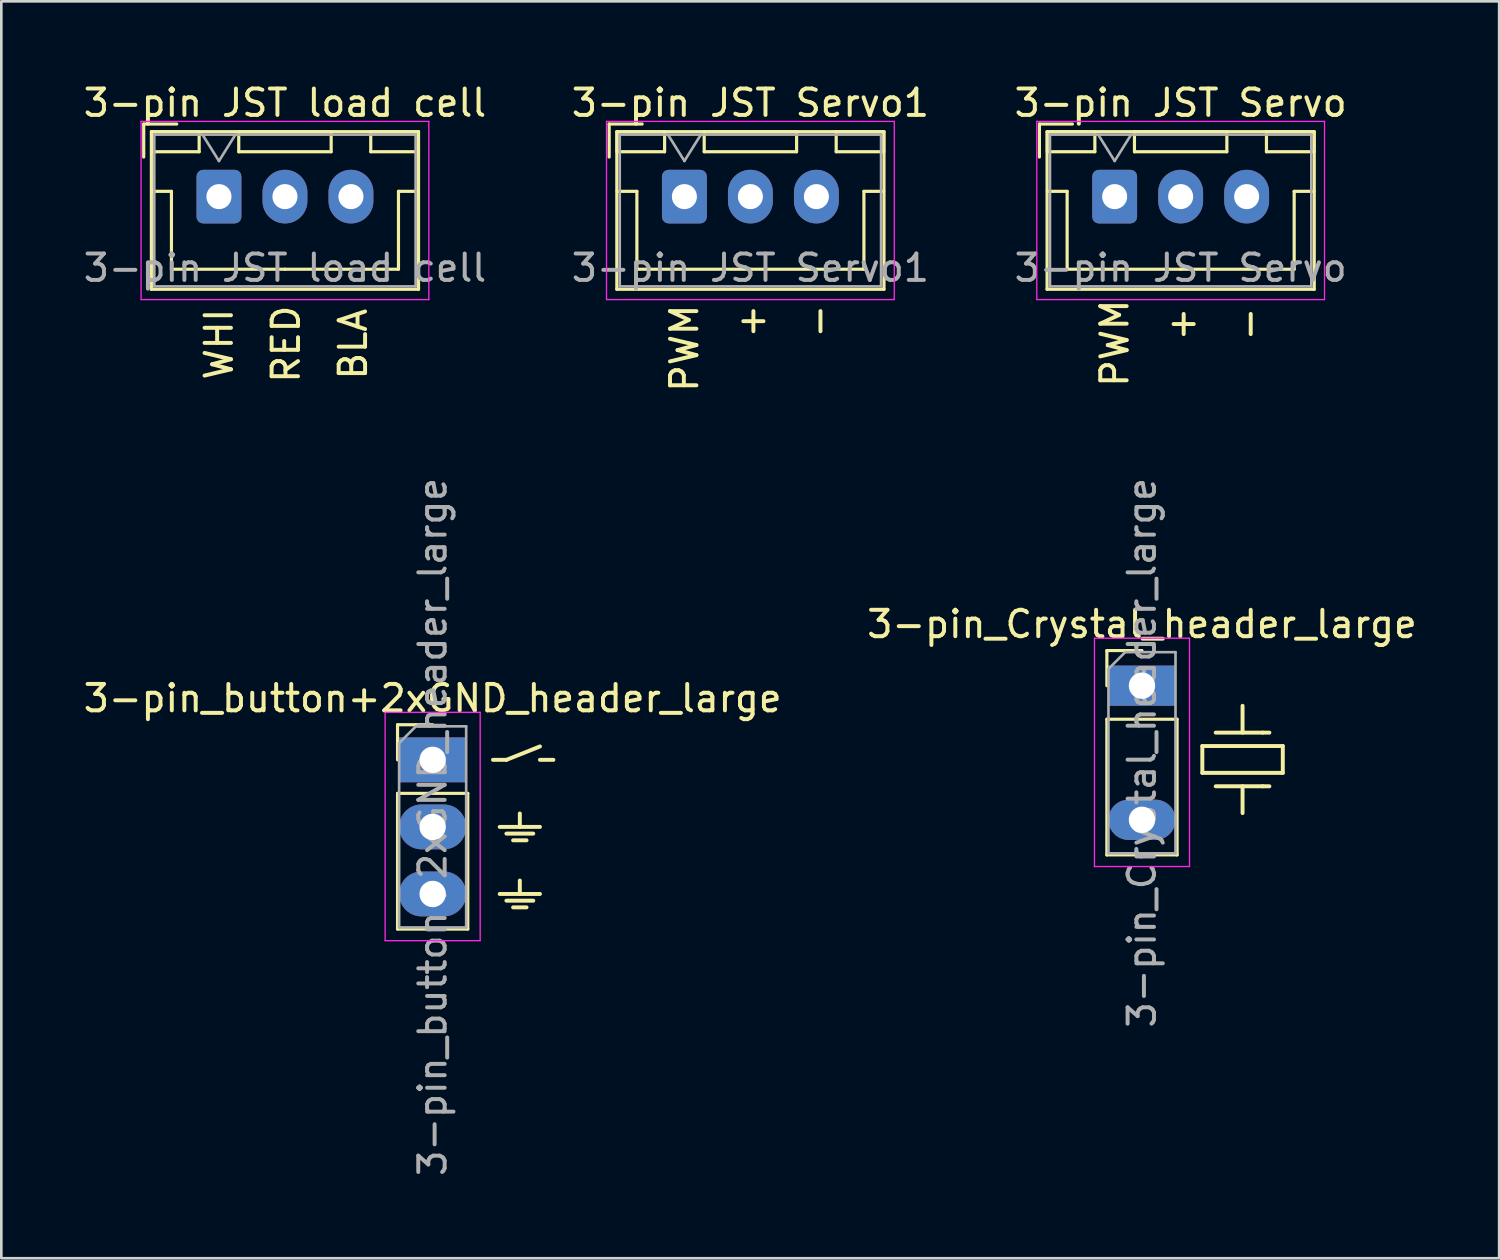
<source format=kicad_pcb>
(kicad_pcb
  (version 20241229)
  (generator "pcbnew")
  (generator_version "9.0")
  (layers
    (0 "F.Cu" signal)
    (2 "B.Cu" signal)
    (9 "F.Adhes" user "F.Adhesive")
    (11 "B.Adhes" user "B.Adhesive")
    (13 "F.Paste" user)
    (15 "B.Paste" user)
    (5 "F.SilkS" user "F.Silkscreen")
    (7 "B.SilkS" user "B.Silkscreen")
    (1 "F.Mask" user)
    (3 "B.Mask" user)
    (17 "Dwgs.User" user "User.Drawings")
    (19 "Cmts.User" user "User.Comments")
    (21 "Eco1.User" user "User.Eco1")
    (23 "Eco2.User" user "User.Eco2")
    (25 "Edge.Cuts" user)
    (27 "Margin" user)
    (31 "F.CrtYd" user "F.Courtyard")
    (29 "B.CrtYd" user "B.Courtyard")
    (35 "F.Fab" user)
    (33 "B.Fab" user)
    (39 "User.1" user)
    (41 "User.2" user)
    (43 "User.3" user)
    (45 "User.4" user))
  (footprint "3-pin_button+2xGND_header_large"
    (layer "F.Cu")
    (at 13.339 25.733)
    (property "Reference" "3-pin_button+2xGND_header_large" (at 0 -2.33 0) (layer "F.SilkS") (effects (font (size 1 1) (thickness 0.15))))
    (attr through_hole)
    (fp_line (start -1.33 -1.33) (end 0 -1.33) (stroke (width 0.12) (type solid)) (layer "F.SilkS"))
    (fp_line (start -1.33 0) (end -1.33 -1.33) (stroke (width 0.12) (type solid)) (layer "F.SilkS"))
    (fp_line (start -1.33 1.27) (end -1.33 6.41) (stroke (width 0.12) (type solid)) (layer "F.SilkS"))
    (fp_line (start -1.33 1.27) (end 1.33 1.27) (stroke (width 0.12) (type solid)) (layer "F.SilkS"))
    (fp_line (start -1.33 6.41) (end 1.33 6.41) (stroke (width 0.12) (type solid)) (layer "F.SilkS"))
    (fp_line (start 1.33 1.27) (end 1.33 6.41) (stroke (width 0.12) (type solid)) (layer "F.SilkS"))
    (fp_line (start 2.286 0) (end 2.794 0) (stroke (width 0.15) (type solid)) (layer "F.SilkS"))
    (fp_line (start 2.54 2.54) (end 4.064 2.54) (stroke (width 0.15) (type solid)) (layer "F.SilkS"))
    (fp_line (start 2.54 5.08) (end 4.064 5.08) (stroke (width 0.15) (type solid)) (layer "F.SilkS"))
    (fp_line (start 2.794 0) (end 4.064 -0.508) (stroke (width 0.15) (type solid)) (layer "F.SilkS"))
    (fp_line (start 2.794 2.794) (end 3.81 2.794) (stroke (width 0.15) (type solid)) (layer "F.SilkS"))
    (fp_line (start 2.794 5.334) (end 3.81 5.334) (stroke (width 0.15) (type solid)) (layer "F.SilkS"))
    (fp_line (start 3.048 3.048) (end 3.556 3.048) (stroke (width 0.15) (type solid)) (layer "F.SilkS"))
    (fp_line (start 3.048 5.588) (end 3.556 5.588) (stroke (width 0.15) (type solid)) (layer "F.SilkS"))
    (fp_line (start 3.302 2.54) (end 3.302 2.032) (stroke (width 0.15) (type solid)) (layer "F.SilkS"))
    (fp_line (start 3.302 5.08) (end 3.302 4.572) (stroke (width 0.15) (type solid)) (layer "F.SilkS"))
    (fp_line (start 4.064 0) (end 4.572 0) (stroke (width 0.15) (type solid)) (layer "F.SilkS"))
    (fp_line (start -1.8 -1.8) (end -1.8 6.85) (stroke (width 0.05) (type solid)) (layer "F.CrtYd"))
    (fp_line (start -1.8 6.85) (end 1.8 6.85) (stroke (width 0.05) (type solid)) (layer "F.CrtYd"))
    (fp_line (start 1.8 -1.8) (end -1.8 -1.8) (stroke (width 0.05) (type solid)) (layer "F.CrtYd"))
    (fp_line (start 1.8 6.85) (end 1.8 -1.8) (stroke (width 0.05) (type solid)) (layer "F.CrtYd"))
    (fp_line (start -1.27 -0.635) (end -0.635 -1.27) (stroke (width 0.1) (type solid)) (layer "F.Fab"))
    (fp_line (start -1.27 6.35) (end -1.27 -0.635) (stroke (width 0.1) (type solid)) (layer "F.Fab"))
    (fp_line (start -0.635 -1.27) (end 1.27 -1.27) (stroke (width 0.1) (type solid)) (layer "F.Fab"))
    (fp_line (start 1.27 -1.27) (end 1.27 6.35) (stroke (width 0.1) (type solid)) (layer "F.Fab"))
    (fp_line (start 1.27 6.35) (end -1.27 6.35) (stroke (width 0.1) (type solid)) (layer "F.Fab"))
    (fp_text user "${REFERENCE}" (at 0 2.54 90) (layer "F.Fab") (effects (font (size 1 1) (thickness 0.15))))
    (pad "1" thru_hole rect (at 0 0) (size 2.54 1.7) (drill 1) (layers "*.Cu" "*.Mask"))
    (pad "2" thru_hole oval (at 0 2.54) (size 2.54 1.7) (drill 1) (layers "*.Cu" "*.Mask"))
    (pad "3" thru_hole oval (at 0 5.08) (size 2.54 1.7) (drill 1) (layers "*.Cu" "*.Mask")))
  (footprint "3-pin JST load cell"
    (layer "F.Cu")
    (at 5.244 4.398)
    (property "Reference" "3-pin JST load cell" (at 2.5 -3.55 0) (layer "F.SilkS") (effects (font (size 1 1) (thickness 0.15))))
    (attr through_hole)
    (fp_line (start -2.85 -2.75) (end -2.85 -1.5) (stroke (width 0.12) (type solid)) (layer "F.SilkS"))
    (fp_line (start -2.56 -2.46) (end -2.56 3.51) (stroke (width 0.12) (type solid)) (layer "F.SilkS"))
    (fp_line (start -2.56 3.51) (end 7.56 3.51) (stroke (width 0.12) (type solid)) (layer "F.SilkS"))
    (fp_line (start -2.55 -2.45) (end -2.55 -1.7) (stroke (width 0.12) (type solid)) (layer "F.SilkS"))
    (fp_line (start -2.55 -1.7) (end -0.75 -1.7) (stroke (width 0.12) (type solid)) (layer "F.SilkS"))
    (fp_line (start -2.55 -0.2) (end -1.8 -0.2) (stroke (width 0.12) (type solid)) (layer "F.SilkS"))
    (fp_line (start -1.8 -0.2) (end -1.8 2.75) (stroke (width 0.12) (type solid)) (layer "F.SilkS"))
    (fp_line (start -1.8 2.75) (end 2.5 2.75) (stroke (width 0.12) (type solid)) (layer "F.SilkS"))
    (fp_line (start -1.6 -2.75) (end -2.85 -2.75) (stroke (width 0.12) (type solid)) (layer "F.SilkS"))
    (fp_line (start -0.75 -2.45) (end -2.55 -2.45) (stroke (width 0.12) (type solid)) (layer "F.SilkS"))
    (fp_line (start -0.75 -1.7) (end -0.75 -2.45) (stroke (width 0.12) (type solid)) (layer "F.SilkS"))
    (fp_line (start 0.75 -2.45) (end 0.75 -1.7) (stroke (width 0.12) (type solid)) (layer "F.SilkS"))
    (fp_line (start 0.75 -1.7) (end 4.25 -1.7) (stroke (width 0.12) (type solid)) (layer "F.SilkS"))
    (fp_line (start 4.25 -2.45) (end 0.75 -2.45) (stroke (width 0.12) (type solid)) (layer "F.SilkS"))
    (fp_line (start 4.25 -1.7) (end 4.25 -2.45) (stroke (width 0.12) (type solid)) (layer "F.SilkS"))
    (fp_line (start 5.75 -2.45) (end 5.75 -1.7) (stroke (width 0.12) (type solid)) (layer "F.SilkS"))
    (fp_line (start 5.75 -1.7) (end 7.55 -1.7) (stroke (width 0.12) (type solid)) (layer "F.SilkS"))
    (fp_line (start 6.8 -0.2) (end 6.8 2.75) (stroke (width 0.12) (type solid)) (layer "F.SilkS"))
    (fp_line (start 6.8 2.75) (end 2.5 2.75) (stroke (width 0.12) (type solid)) (layer "F.SilkS"))
    (fp_line (start 7.55 -2.45) (end 5.75 -2.45) (stroke (width 0.12) (type solid)) (layer "F.SilkS"))
    (fp_line (start 7.55 -1.7) (end 7.55 -2.45) (stroke (width 0.12) (type solid)) (layer "F.SilkS"))
    (fp_line (start 7.55 -0.2) (end 6.8 -0.2) (stroke (width 0.12) (type solid)) (layer "F.SilkS"))
    (fp_line (start 7.56 -2.46) (end -2.56 -2.46) (stroke (width 0.12) (type solid)) (layer "F.SilkS"))
    (fp_line (start 7.56 3.51) (end 7.56 -2.46) (stroke (width 0.12) (type solid)) (layer "F.SilkS"))
    (fp_line (start -2.95 -2.85) (end -2.95 3.9) (stroke (width 0.05) (type solid)) (layer "F.CrtYd"))
    (fp_line (start -2.95 3.9) (end 7.95 3.9) (stroke (width 0.05) (type solid)) (layer "F.CrtYd"))
    (fp_line (start 7.95 -2.85) (end -2.95 -2.85) (stroke (width 0.05) (type solid)) (layer "F.CrtYd"))
    (fp_line (start 7.95 3.9) (end 7.95 -2.85) (stroke (width 0.05) (type solid)) (layer "F.CrtYd"))
    (fp_line (start -2.45 -2.35) (end -2.45 3.4) (stroke (width 0.1) (type solid)) (layer "F.Fab"))
    (fp_line (start -2.45 3.4) (end 7.45 3.4) (stroke (width 0.1) (type solid)) (layer "F.Fab"))
    (fp_line (start -0.625 -2.35) (end 0 -1.35) (stroke (width 0.1) (type solid)) (layer "F.Fab"))
    (fp_line (start 0 -1.35) (end 0.625 -2.35) (stroke (width 0.1) (type solid)) (layer "F.Fab"))
    (fp_line (start 7.45 -2.35) (end -2.45 -2.35) (stroke (width 0.1) (type solid)) (layer "F.Fab"))
    (fp_line (start 7.45 3.4) (end 7.45 -2.35) (stroke (width 0.1) (type solid)) (layer "F.Fab"))
    (fp_text user "RED" (at 2.54 5.588 90) (unlocked yes) (layer "F.SilkS") (effects (font (size 1 1) (thickness 0.15))))
    (fp_text user "BLA" (at 5.08 5.588 90) (unlocked yes) (layer "F.SilkS") (effects (font (size 1 1) (thickness 0.15))))
    (fp_text user "WHI" (at 0 5.588 90) (unlocked yes) (layer "F.SilkS") (effects (font (size 1 1) (thickness 0.15))))
    (fp_text user "${REFERENCE}" (at 2.5 2.7 0) (layer "F.Fab") (effects (font (size 1 1) (thickness 0.15))))
    (pad "1" thru_hole roundrect (at 0 0) (size 1.7 2.032) (drill 0.95) (layers "*.Cu" "*.Mask") (roundrect_rratio 0.147))
    (pad "2" thru_hole oval (at 2.5 0) (size 1.7 2.032) (drill 0.95) (layers "*.Cu" "*.Mask"))
    (pad "3" thru_hole oval (at 5 0) (size 1.7 2.032) (drill 0.95) (layers "*.Cu" "*.Mask")))
  (footprint "3-pin JST Servo1"
    (layer "F.Cu")
    (at 22.875 4.398)
    (property "Reference" "3-pin JST Servo1" (at 2.5 -3.55 0) (layer "F.SilkS") (effects (font (size 1 1) (thickness 0.15))))
    (attr through_hole)
    (fp_line (start -2.85 -2.75) (end -2.85 -1.5) (stroke (width 0.12) (type solid)) (layer "F.SilkS"))
    (fp_line (start -2.56 -2.46) (end -2.56 3.51) (stroke (width 0.12) (type solid)) (layer "F.SilkS"))
    (fp_line (start -2.56 3.51) (end 7.56 3.51) (stroke (width 0.12) (type solid)) (layer "F.SilkS"))
    (fp_line (start -2.55 -2.45) (end -2.55 -1.7) (stroke (width 0.12) (type solid)) (layer "F.SilkS"))
    (fp_line (start -2.55 -1.7) (end -0.75 -1.7) (stroke (width 0.12) (type solid)) (layer "F.SilkS"))
    (fp_line (start -2.55 -0.2) (end -1.8 -0.2) (stroke (width 0.12) (type solid)) (layer "F.SilkS"))
    (fp_line (start -1.8 -0.2) (end -1.8 2.75) (stroke (width 0.12) (type solid)) (layer "F.SilkS"))
    (fp_line (start -1.8 2.75) (end 2.5 2.75) (stroke (width 0.12) (type solid)) (layer "F.SilkS"))
    (fp_line (start -1.6 -2.75) (end -2.85 -2.75) (stroke (width 0.12) (type solid)) (layer "F.SilkS"))
    (fp_line (start -0.75 -2.45) (end -2.55 -2.45) (stroke (width 0.12) (type solid)) (layer "F.SilkS"))
    (fp_line (start -0.75 -1.7) (end -0.75 -2.45) (stroke (width 0.12) (type solid)) (layer "F.SilkS"))
    (fp_line (start 0.75 -2.45) (end 0.75 -1.7) (stroke (width 0.12) (type solid)) (layer "F.SilkS"))
    (fp_line (start 0.75 -1.7) (end 4.25 -1.7) (stroke (width 0.12) (type solid)) (layer "F.SilkS"))
    (fp_line (start 4.25 -2.45) (end 0.75 -2.45) (stroke (width 0.12) (type solid)) (layer "F.SilkS"))
    (fp_line (start 4.25 -1.7) (end 4.25 -2.45) (stroke (width 0.12) (type solid)) (layer "F.SilkS"))
    (fp_line (start 5.75 -2.45) (end 5.75 -1.7) (stroke (width 0.12) (type solid)) (layer "F.SilkS"))
    (fp_line (start 5.75 -1.7) (end 7.55 -1.7) (stroke (width 0.12) (type solid)) (layer "F.SilkS"))
    (fp_line (start 6.8 -0.2) (end 6.8 2.75) (stroke (width 0.12) (type solid)) (layer "F.SilkS"))
    (fp_line (start 6.8 2.75) (end 2.5 2.75) (stroke (width 0.12) (type solid)) (layer "F.SilkS"))
    (fp_line (start 7.55 -2.45) (end 5.75 -2.45) (stroke (width 0.12) (type solid)) (layer "F.SilkS"))
    (fp_line (start 7.55 -1.7) (end 7.55 -2.45) (stroke (width 0.12) (type solid)) (layer "F.SilkS"))
    (fp_line (start 7.55 -0.2) (end 6.8 -0.2) (stroke (width 0.12) (type solid)) (layer "F.SilkS"))
    (fp_line (start 7.56 -2.46) (end -2.56 -2.46) (stroke (width 0.12) (type solid)) (layer "F.SilkS"))
    (fp_line (start 7.56 3.51) (end 7.56 -2.46) (stroke (width 0.12) (type solid)) (layer "F.SilkS"))
    (fp_line (start -2.95 -2.85) (end -2.95 3.9) (stroke (width 0.05) (type solid)) (layer "F.CrtYd"))
    (fp_line (start -2.95 3.9) (end 7.95 3.9) (stroke (width 0.05) (type solid)) (layer "F.CrtYd"))
    (fp_line (start 7.95 -2.85) (end -2.95 -2.85) (stroke (width 0.05) (type solid)) (layer "F.CrtYd"))
    (fp_line (start 7.95 3.9) (end 7.95 -2.85) (stroke (width 0.05) (type solid)) (layer "F.CrtYd"))
    (fp_line (start -2.45 -2.35) (end -2.45 3.4) (stroke (width 0.1) (type solid)) (layer "F.Fab"))
    (fp_line (start -2.45 3.4) (end 7.45 3.4) (stroke (width 0.1) (type solid)) (layer "F.Fab"))
    (fp_line (start -0.625 -2.35) (end 0 -1.35) (stroke (width 0.1) (type solid)) (layer "F.Fab"))
    (fp_line (start 0 -1.35) (end 0.625 -2.35) (stroke (width 0.1) (type solid)) (layer "F.Fab"))
    (fp_line (start 7.45 -2.35) (end -2.45 -2.35) (stroke (width 0.1) (type solid)) (layer "F.Fab"))
    (fp_line (start 7.45 3.4) (end 7.45 -2.35) (stroke (width 0.1) (type solid)) (layer "F.Fab"))
    (fp_text user "-" (at 5.08 4 90) (unlocked yes) (layer "F.SilkS") (effects (font (size 1 1) (thickness 0.15)) (justify right)))
    (fp_text user "PWM" (at 0 4 90) (unlocked yes) (layer "F.SilkS") (effects (font (size 1 1) (thickness 0.15)) (justify right)))
    (fp_text user "+" (at 2.54 4 90) (unlocked yes) (layer "F.SilkS") (effects (font (size 1 1) (thickness 0.15)) (justify right)))
    (fp_text user "${REFERENCE}" (at 2.5 2.7 0) (layer "F.Fab") (effects (font (size 1 1) (thickness 0.15))))
    (pad "1" thru_hole roundrect (at 0 0) (size 1.7 2.032) (drill 0.95) (layers "*.Cu" "*.Mask") (roundrect_rratio 0.147))
    (pad "2" thru_hole oval (at 2.5 0) (size 1.7 2.032) (drill 0.95) (layers "*.Cu" "*.Mask"))
    (pad "3" thru_hole oval (at 5 0) (size 1.7 2.032) (drill 0.95) (layers "*.Cu" "*.Mask")))
  (footprint "3-pin JST Servo"
    (layer "F.Cu")
    (at 39.173 4.398)
    (property "Reference" "3-pin JST Servo" (at 2.5 -3.55 0) (layer "F.SilkS") (effects (font (size 1 1) (thickness 0.15))))
    (attr through_hole)
    (fp_line (start -2.85 -2.75) (end -2.85 -1.5) (stroke (width 0.12) (type solid)) (layer "F.SilkS"))
    (fp_line (start -2.56 -2.46) (end -2.56 3.51) (stroke (width 0.12) (type solid)) (layer "F.SilkS"))
    (fp_line (start -2.56 3.51) (end 7.56 3.51) (stroke (width 0.12) (type solid)) (layer "F.SilkS"))
    (fp_line (start -2.55 -2.45) (end -2.55 -1.7) (stroke (width 0.12) (type solid)) (layer "F.SilkS"))
    (fp_line (start -2.55 -1.7) (end -0.75 -1.7) (stroke (width 0.12) (type solid)) (layer "F.SilkS"))
    (fp_line (start -2.55 -0.2) (end -1.8 -0.2) (stroke (width 0.12) (type solid)) (layer "F.SilkS"))
    (fp_line (start -1.8 -0.2) (end -1.8 2.75) (stroke (width 0.12) (type solid)) (layer "F.SilkS"))
    (fp_line (start -1.8 2.75) (end 2.5 2.75) (stroke (width 0.12) (type solid)) (layer "F.SilkS"))
    (fp_line (start -1.6 -2.75) (end -2.85 -2.75) (stroke (width 0.12) (type solid)) (layer "F.SilkS"))
    (fp_line (start -0.75 -2.45) (end -2.55 -2.45) (stroke (width 0.12) (type solid)) (layer "F.SilkS"))
    (fp_line (start -0.75 -1.7) (end -0.75 -2.45) (stroke (width 0.12) (type solid)) (layer "F.SilkS"))
    (fp_line (start 0.75 -2.45) (end 0.75 -1.7) (stroke (width 0.12) (type solid)) (layer "F.SilkS"))
    (fp_line (start 0.75 -1.7) (end 4.25 -1.7) (stroke (width 0.12) (type solid)) (layer "F.SilkS"))
    (fp_line (start 4.25 -2.45) (end 0.75 -2.45) (stroke (width 0.12) (type solid)) (layer "F.SilkS"))
    (fp_line (start 4.25 -1.7) (end 4.25 -2.45) (stroke (width 0.12) (type solid)) (layer "F.SilkS"))
    (fp_line (start 5.75 -2.45) (end 5.75 -1.7) (stroke (width 0.12) (type solid)) (layer "F.SilkS"))
    (fp_line (start 5.75 -1.7) (end 7.55 -1.7) (stroke (width 0.12) (type solid)) (layer "F.SilkS"))
    (fp_line (start 6.8 -0.2) (end 6.8 2.75) (stroke (width 0.12) (type solid)) (layer "F.SilkS"))
    (fp_line (start 6.8 2.75) (end 2.5 2.75) (stroke (width 0.12) (type solid)) (layer "F.SilkS"))
    (fp_line (start 7.55 -2.45) (end 5.75 -2.45) (stroke (width 0.12) (type solid)) (layer "F.SilkS"))
    (fp_line (start 7.55 -1.7) (end 7.55 -2.45) (stroke (width 0.12) (type solid)) (layer "F.SilkS"))
    (fp_line (start 7.55 -0.2) (end 6.8 -0.2) (stroke (width 0.12) (type solid)) (layer "F.SilkS"))
    (fp_line (start 7.56 -2.46) (end -2.56 -2.46) (stroke (width 0.12) (type solid)) (layer "F.SilkS"))
    (fp_line (start 7.56 3.51) (end 7.56 -2.46) (stroke (width 0.12) (type solid)) (layer "F.SilkS"))
    (fp_line (start -2.95 -2.85) (end -2.95 3.9) (stroke (width 0.05) (type solid)) (layer "F.CrtYd"))
    (fp_line (start -2.95 3.9) (end 7.95 3.9) (stroke (width 0.05) (type solid)) (layer "F.CrtYd"))
    (fp_line (start 7.95 -2.85) (end -2.95 -2.85) (stroke (width 0.05) (type solid)) (layer "F.CrtYd"))
    (fp_line (start 7.95 3.9) (end 7.95 -2.85) (stroke (width 0.05) (type solid)) (layer "F.CrtYd"))
    (fp_line (start -2.45 -2.35) (end -2.45 3.4) (stroke (width 0.1) (type solid)) (layer "F.Fab"))
    (fp_line (start -2.45 3.4) (end 7.45 3.4) (stroke (width 0.1) (type solid)) (layer "F.Fab"))
    (fp_line (start -0.625 -2.35) (end 0 -1.35) (stroke (width 0.1) (type solid)) (layer "F.Fab"))
    (fp_line (start 0 -1.35) (end 0.625 -2.35) (stroke (width 0.1) (type solid)) (layer "F.Fab"))
    (fp_line (start 7.45 -2.35) (end -2.45 -2.35) (stroke (width 0.1) (type solid)) (layer "F.Fab"))
    (fp_line (start 7.45 3.4) (end 7.45 -2.35) (stroke (width 0.1) (type solid)) (layer "F.Fab"))
    (fp_text user "+" (at 2.54 4.826 90) (unlocked yes) (layer "F.SilkS") (effects (font (size 1 1) (thickness 0.15))))
    (fp_text user "PWM" (at 0 3.81 90) (unlocked yes) (layer "F.SilkS") (effects (font (size 1 1) (thickness 0.15)) (justify right)))
    (fp_text user "-" (at 5.08 4.826 90) (unlocked yes) (layer "F.SilkS") (effects (font (size 1 1) (thickness 0.15))))
    (fp_text user "${REFERENCE}" (at 2.5 2.7 0) (layer "F.Fab") (effects (font (size 1 1) (thickness 0.15))))
    (pad "1" thru_hole roundrect (at 0 0) (size 1.7 2.032) (drill 0.95) (layers "*.Cu" "*.Mask") (roundrect_rratio 0.147))
    (pad "2" thru_hole oval (at 2.5 0) (size 1.7 2.032) (drill 0.95) (layers "*.Cu" "*.Mask"))
    (pad "3" thru_hole oval (at 5 0) (size 1.7 2.032) (drill 0.95) (layers "*.Cu" "*.Mask")))
  (footprint "3-pin_Crystal_header_large"
    (layer "F.Cu")
    (at 40.208 22.924)
    (property "Reference" "3-pin_Crystal_header_large" (at 0 -2.33 0) (layer "F.SilkS") (effects (font (size 1 1) (thickness 0.15))))
    (attr through_hole)
    (fp_line (start -1.33 -1.33) (end 0 -1.33) (stroke (width 0.12) (type solid)) (layer "F.SilkS"))
    (fp_line (start -1.33 0) (end -1.33 -1.33) (stroke (width 0.12) (type solid)) (layer "F.SilkS"))
    (fp_line (start -1.33 1.27) (end -1.33 6.41) (stroke (width 0.12) (type solid)) (layer "F.SilkS"))
    (fp_line (start -1.33 1.27) (end 1.33 1.27) (stroke (width 0.12) (type solid)) (layer "F.SilkS"))
    (fp_line (start -1.33 6.41) (end 1.33 6.41) (stroke (width 0.12) (type solid)) (layer "F.SilkS"))
    (fp_line (start 1.33 1.27) (end 1.33 6.41) (stroke (width 0.12) (type solid)) (layer "F.SilkS"))
    (fp_line (start 2.286 2.286) (end 5.334 2.286) (stroke (width 0.15) (type solid)) (layer "F.SilkS"))
    (fp_line (start 2.286 3.302) (end 2.286 2.286) (stroke (width 0.15) (type solid)) (layer "F.SilkS"))
    (fp_line (start 2.794 1.778) (end 4.572 1.778) (stroke (width 0.15) (type solid)) (layer "F.SilkS"))
    (fp_line (start 2.794 3.81) (end 4.572 3.81) (stroke (width 0.15) (type solid)) (layer "F.SilkS"))
    (fp_line (start 3.81 1.778) (end 3.81 0.762) (stroke (width 0.15) (type solid)) (layer "F.SilkS"))
    (fp_line (start 3.81 3.81) (end 3.81 4.826) (stroke (width 0.15) (type solid)) (layer "F.SilkS"))
    (fp_line (start 4.572 1.778) (end 4.826 1.778) (stroke (width 0.15) (type solid)) (layer "F.SilkS"))
    (fp_line (start 4.572 3.81) (end 4.826 3.81) (stroke (width 0.15) (type solid)) (layer "F.SilkS"))
    (fp_line (start 5.334 2.286) (end 5.334 3.302) (stroke (width 0.15) (type solid)) (layer "F.SilkS"))
    (fp_line (start 5.334 3.302) (end 2.286 3.302) (stroke (width 0.15) (type solid)) (layer "F.SilkS"))
    (fp_line (start -1.8 -1.8) (end -1.8 6.85) (stroke (width 0.05) (type solid)) (layer "F.CrtYd"))
    (fp_line (start -1.8 6.85) (end 1.8 6.85) (stroke (width 0.05) (type solid)) (layer "F.CrtYd"))
    (fp_line (start 1.8 -1.8) (end -1.8 -1.8) (stroke (width 0.05) (type solid)) (layer "F.CrtYd"))
    (fp_line (start 1.8 6.85) (end 1.8 -1.8) (stroke (width 0.05) (type solid)) (layer "F.CrtYd"))
    (fp_line (start -1.27 -0.635) (end -0.635 -1.27) (stroke (width 0.1) (type solid)) (layer "F.Fab"))
    (fp_line (start -1.27 6.35) (end -1.27 -0.635) (stroke (width 0.1) (type solid)) (layer "F.Fab"))
    (fp_line (start -0.635 -1.27) (end 1.27 -1.27) (stroke (width 0.1) (type solid)) (layer "F.Fab"))
    (fp_line (start 1.27 -1.27) (end 1.27 6.35) (stroke (width 0.1) (type solid)) (layer "F.Fab"))
    (fp_line (start 1.27 6.35) (end -1.27 6.35) (stroke (width 0.1) (type solid)) (layer "F.Fab"))
    (fp_text user "${REFERENCE}" (at 0 2.54 90) (layer "F.Fab") (effects (font (size 1 1) (thickness 0.15))))
    (pad "1" thru_hole rect (at 0 0) (size 2.54 1.524) (drill 1) (layers "*.Cu" "*.Mask"))
    (pad "2" thru_hole oval (at 0 5.08) (size 2.54 1.524) (drill 1) (layers "*.Cu" "*.Mask")))
  (gr_rect
    (start -3 -3)
    (end 53.738 44.613)
    (stroke (width 0.1) (type default))
    (fill no)
    (layer "Edge.Cuts")))
</source>
